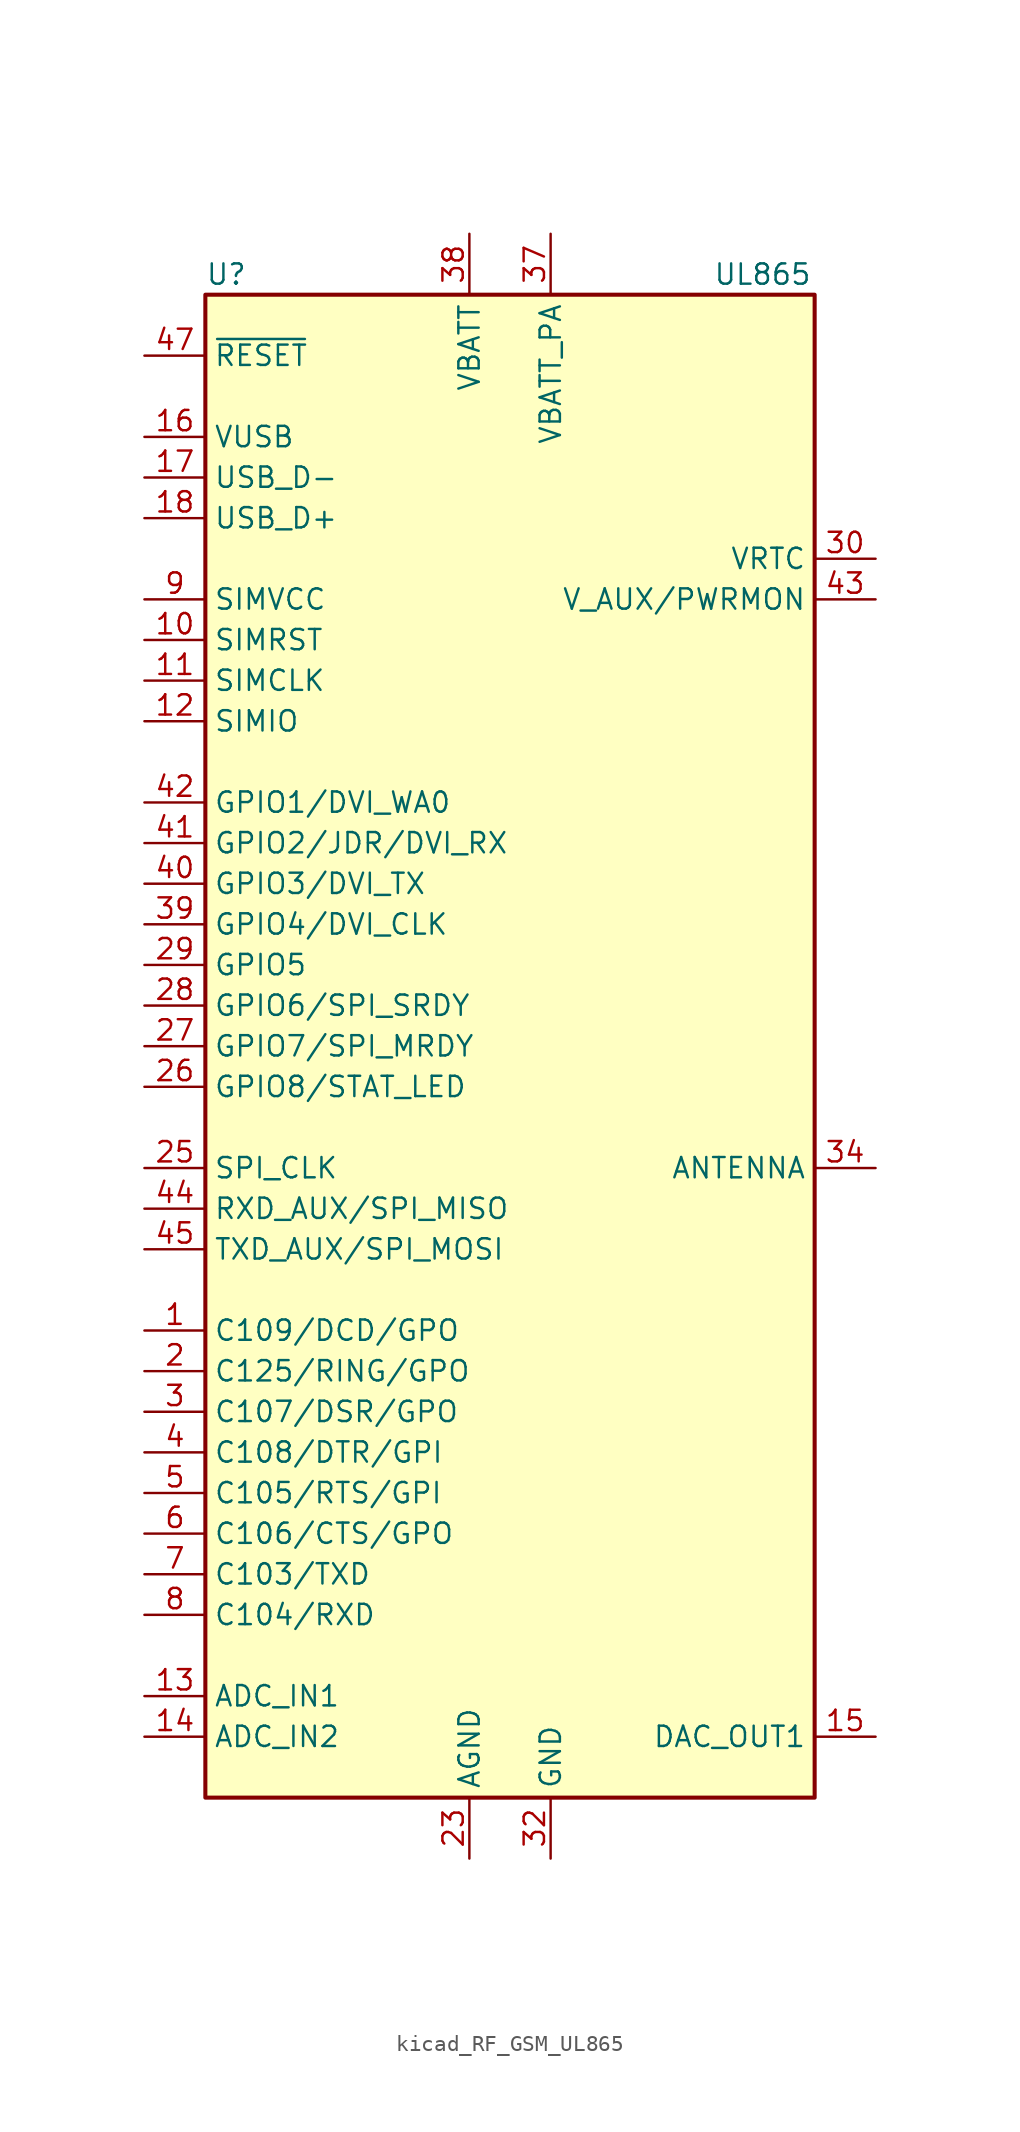
<source format=kicad_sym>
(kicad_symbol_lib
  (version 20220914)
  (generator kicad_symbol_editor)
  (symbol "kicad_RF_GSM_UL865"
    (property "Reference" "U"
      (at -19.05 43.18 0)
      (effects (font (size 1.27 1.27)) (justify left)))
    (property "Value" "UL865"
      (at 12.7 43.18 0)
      (effects (font (size 1.27 1.27)) (justify left)))
    (symbol "kicad_RF_GSM_UL865_0_1"
      (rectangle (start -19.05 41.91) (end 19.05 -52.07) (stroke (width 0.254) (type default)) (fill (type background))))
    (symbol "kicad_RF_GSM_UL865_1_1"
      (pin output line (at -22.86 -22.86 0) (length 3.81) (name "C109/DCD/GPO" (effects (font (size 1.27 1.27)))) (number "1" (effects (font (size 1.27 1.27)))))
      (pin output line (at -22.86 20.32 0) (length 3.81) (name "SIMRST" (effects (font (size 1.27 1.27)))) (number "10" (effects (font (size 1.27 1.27)))))
      (pin output line (at -22.86 17.78 0) (length 3.81) (name "SIMCLK" (effects (font (size 1.27 1.27)))) (number "11" (effects (font (size 1.27 1.27)))))
      (pin bidirectional line (at -22.86 15.24 0) (length 3.81) (name "SIMIO" (effects (font (size 1.27 1.27)))) (number "12" (effects (font (size 1.27 1.27)))))
      (pin input line (at -22.86 -45.72 0) (length 3.81) (name "ADC_IN1" (effects (font (size 1.27 1.27)))) (number "13" (effects (font (size 1.27 1.27)))))
      (pin input line (at -22.86 -48.26 0) (length 3.81) (name "ADC_IN2" (effects (font (size 1.27 1.27)))) (number "14" (effects (font (size 1.27 1.27)))))
      (pin output line (at 22.86 -48.26 180) (length 3.81) (name "DAC_OUT1" (effects (font (size 1.27 1.27)))) (number "15" (effects (font (size 1.27 1.27)))))
      (pin input line (at -22.86 33.02 0) (length 3.81) (name "VUSB" (effects (font (size 1.27 1.27)))) (number "16" (effects (font (size 1.27 1.27)))))
      (pin bidirectional line (at -22.86 30.48 0) (length 3.81) (name "USB_D-" (effects (font (size 1.27 1.27)))) (number "17" (effects (font (size 1.27 1.27)))))
      (pin bidirectional line (at -22.86 27.94 0) (length 3.81) (name "USB_D+" (effects (font (size 1.27 1.27)))) (number "18" (effects (font (size 1.27 1.27)))))
      (pin no_connect line (at 19.05 -17.78 180) (length 3.81) hide (name "NC" (effects (font (size 1.27 1.27)))) (number "19" (effects (font (size 1.27 1.27)))))
      (pin output line (at -22.86 -25.4 0) (length 3.81) (name "C125/RING/GPO" (effects (font (size 1.27 1.27)))) (number "2" (effects (font (size 1.27 1.27)))))
      (pin no_connect line (at 19.05 -20.32 180) (length 3.81) hide (name "NC" (effects (font (size 1.27 1.27)))) (number "20" (effects (font (size 1.27 1.27)))))
      (pin no_connect line (at 19.05 -22.86 180) (length 3.81) hide (name "NC" (effects (font (size 1.27 1.27)))) (number "21" (effects (font (size 1.27 1.27)))))
      (pin no_connect line (at 19.05 -25.4 180) (length 3.81) hide (name "NC" (effects (font (size 1.27 1.27)))) (number "22" (effects (font (size 1.27 1.27)))))
      (pin power_in line (at -2.54 -55.88 90) (length 3.81) (name "AGND" (effects (font (size 1.27 1.27)))) (number "23" (effects (font (size 1.27 1.27)))))
      (pin no_connect line (at 19.05 -30.48 180) (length 3.81) hide (name "NC" (effects (font (size 1.27 1.27)))) (number "24" (effects (font (size 1.27 1.27)))))
      (pin bidirectional line (at -22.86 -12.7 0) (length 3.81) (name "SPI_CLK" (effects (font (size 1.27 1.27)))) (number "25" (effects (font (size 1.27 1.27)))))
      (pin bidirectional line (at -22.86 -7.62 0) (length 3.81) (name "GPIO8/STAT_LED" (effects (font (size 1.27 1.27)))) (number "26" (effects (font (size 1.27 1.27)))))
      (pin bidirectional line (at -22.86 -5.08 0) (length 3.81) (name "GPIO7/SPI_MRDY" (effects (font (size 1.27 1.27)))) (number "27" (effects (font (size 1.27 1.27)))))
      (pin bidirectional line (at -22.86 -2.54 0) (length 3.81) (name "GPIO6/SPI_SRDY" (effects (font (size 1.27 1.27)))) (number "28" (effects (font (size 1.27 1.27)))))
      (pin bidirectional line (at -22.86 0 0) (length 3.81) (name "GPIO5" (effects (font (size 1.27 1.27)))) (number "29" (effects (font (size 1.27 1.27)))))
      (pin output line (at -22.86 -27.94 0) (length 3.81) (name "C107/DSR/GPO" (effects (font (size 1.27 1.27)))) (number "3" (effects (font (size 1.27 1.27)))))
      (pin power_out line (at 22.86 25.4 180) (length 3.81) (name "VRTC" (effects (font (size 1.27 1.27)))) (number "30" (effects (font (size 1.27 1.27)))))
      (pin no_connect line (at 19.05 -33.02 180) (length 3.81) hide (name "NC" (effects (font (size 1.27 1.27)))) (number "31" (effects (font (size 1.27 1.27)))))
      (pin power_in line (at 2.54 -55.88 90) (length 3.81) (name "GND" (effects (font (size 1.27 1.27)))) (number "32" (effects (font (size 1.27 1.27)))))
      (pin passive line (at 2.54 -55.88 90) (length 3.81) hide (name "GND" (effects (font (size 1.27 1.27)))) (number "33" (effects (font (size 1.27 1.27)))))
      (pin bidirectional line (at 22.86 -12.7 180) (length 3.81) (name "ANTENNA" (effects (font (size 1.27 1.27)))) (number "34" (effects (font (size 1.27 1.27)))))
      (pin passive line (at 2.54 -55.88 90) (length 3.81) hide (name "GND" (effects (font (size 1.27 1.27)))) (number "35" (effects (font (size 1.27 1.27)))))
      (pin passive line (at 2.54 -55.88 90) (length 3.81) hide (name "GND" (effects (font (size 1.27 1.27)))) (number "36" (effects (font (size 1.27 1.27)))))
      (pin power_in line (at 2.54 45.72 270) (length 3.81) (name "VBATT_PA" (effects (font (size 1.27 1.27)))) (number "37" (effects (font (size 1.27 1.27)))))
      (pin power_in line (at -2.54 45.72 270) (length 3.81) (name "VBATT" (effects (font (size 1.27 1.27)))) (number "38" (effects (font (size 1.27 1.27)))))
      (pin bidirectional line (at -22.86 2.54 0) (length 3.81) (name "GPIO4/DVI_CLK" (effects (font (size 1.27 1.27)))) (number "39" (effects (font (size 1.27 1.27)))))
      (pin input line (at -22.86 -30.48 0) (length 3.81) (name "C108/DTR/GPI" (effects (font (size 1.27 1.27)))) (number "4" (effects (font (size 1.27 1.27)))))
      (pin bidirectional line (at -22.86 5.08 0) (length 3.81) (name "GPIO3/DVI_TX" (effects (font (size 1.27 1.27)))) (number "40" (effects (font (size 1.27 1.27)))))
      (pin bidirectional line (at -22.86 7.62 0) (length 3.81) (name "GPIO2/JDR/DVI_RX" (effects (font (size 1.27 1.27)))) (number "41" (effects (font (size 1.27 1.27)))))
      (pin bidirectional line (at -22.86 10.16 0) (length 3.81) (name "GPIO1/DVI_WA0" (effects (font (size 1.27 1.27)))) (number "42" (effects (font (size 1.27 1.27)))))
      (pin power_out line (at 22.86 22.86 180) (length 3.81) (name "V_AUX/PWRMON" (effects (font (size 1.27 1.27)))) (number "43" (effects (font (size 1.27 1.27)))))
      (pin bidirectional line (at -22.86 -15.24 0) (length 3.81) (name "RXD_AUX/SPI_MISO" (effects (font (size 1.27 1.27)))) (number "44" (effects (font (size 1.27 1.27)))))
      (pin bidirectional line (at -22.86 -17.78 0) (length 3.81) (name "TXD_AUX/SPI_MOSI" (effects (font (size 1.27 1.27)))) (number "45" (effects (font (size 1.27 1.27)))))
      (pin passive line (at 2.54 -55.88 90) (length 3.81) hide (name "GND" (effects (font (size 1.27 1.27)))) (number "46" (effects (font (size 1.27 1.27)))))
      (pin input line (at -22.86 38.1 0) (length 3.81) (name "~{RESET}" (effects (font (size 1.27 1.27)))) (number "47" (effects (font (size 1.27 1.27)))))
      (pin no_connect line (at 19.05 -35.56 180) (length 3.81) hide (name "NC" (effects (font (size 1.27 1.27)))) (number "48" (effects (font (size 1.27 1.27)))))
      (pin input line (at -22.86 -33.02 0) (length 3.81) (name "C105/RTS/GPI" (effects (font (size 1.27 1.27)))) (number "5" (effects (font (size 1.27 1.27)))))
      (pin output line (at -22.86 -35.56 0) (length 3.81) (name "C106/CTS/GPO" (effects (font (size 1.27 1.27)))) (number "6" (effects (font (size 1.27 1.27)))))
      (pin input line (at -22.86 -38.1 0) (length 3.81) (name "C103/TXD" (effects (font (size 1.27 1.27)))) (number "7" (effects (font (size 1.27 1.27)))))
      (pin output line (at -22.86 -40.64 0) (length 3.81) (name "C104/RXD" (effects (font (size 1.27 1.27)))) (number "8" (effects (font (size 1.27 1.27)))))
      (pin power_out line (at -22.86 22.86 0) (length 3.81) (name "SIMVCC" (effects (font (size 1.27 1.27)))) (number "9" (effects (font (size 1.27 1.27))))))))
</source>
